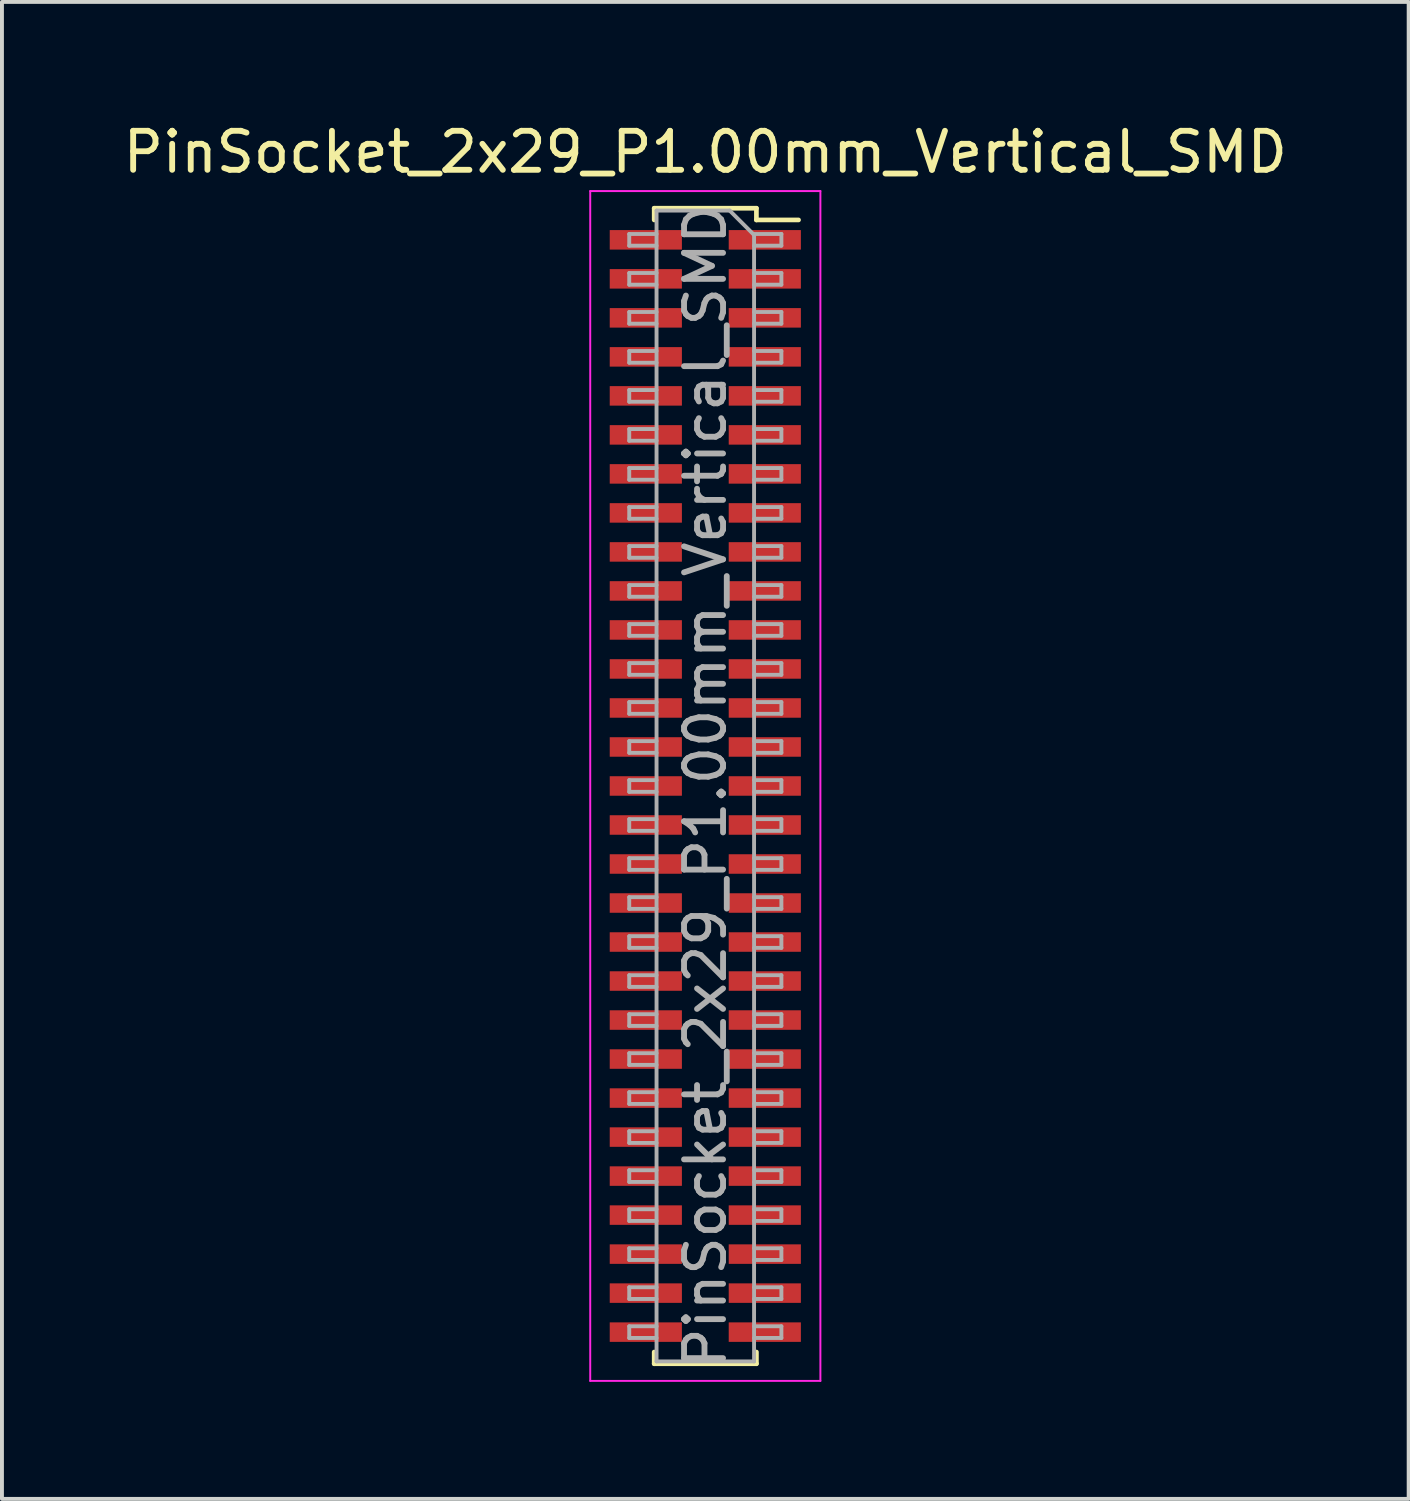
<source format=kicad_pcb>
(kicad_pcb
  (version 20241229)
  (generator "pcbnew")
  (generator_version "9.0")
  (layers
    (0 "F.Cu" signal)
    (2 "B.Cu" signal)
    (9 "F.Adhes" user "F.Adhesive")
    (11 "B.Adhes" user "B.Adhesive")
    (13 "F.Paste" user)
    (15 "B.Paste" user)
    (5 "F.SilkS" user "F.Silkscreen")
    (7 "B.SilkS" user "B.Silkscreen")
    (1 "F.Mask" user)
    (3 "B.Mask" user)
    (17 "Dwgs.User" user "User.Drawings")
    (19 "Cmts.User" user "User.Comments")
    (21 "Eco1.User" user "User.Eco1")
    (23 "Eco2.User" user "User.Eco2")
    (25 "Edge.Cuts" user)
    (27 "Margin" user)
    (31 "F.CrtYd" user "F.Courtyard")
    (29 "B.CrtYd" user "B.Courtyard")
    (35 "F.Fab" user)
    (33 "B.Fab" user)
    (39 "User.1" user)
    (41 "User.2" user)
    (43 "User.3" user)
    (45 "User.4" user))
  (footprint "PinSocket_2x29_P1.00mm_Vertical_SMD"
    (layer "F.Cu")
    (at 15.03 17.098)
    (property "Reference" "PinSocket_2x29_P1.00mm_Vertical_SMD" (at 0 -16.25 0) (layer "F.SilkS") (effects (font (size 1 1) (thickness 0.15))))
    (attr smd)
    (fp_line (start -1.31 -14.81) (end -1.31 -14.51) (stroke (width 0.12) (type solid)) (layer "F.SilkS"))
    (fp_line (start -1.31 -14.81) (end 1.31 -14.81) (stroke (width 0.12) (type solid)) (layer "F.SilkS"))
    (fp_line (start -1.31 14.51) (end -1.31 14.81) (stroke (width 0.12) (type solid)) (layer "F.SilkS"))
    (fp_line (start -1.31 14.81) (end 1.31 14.81) (stroke (width 0.12) (type solid)) (layer "F.SilkS"))
    (fp_line (start 1.31 -14.81) (end 1.31 -14.51) (stroke (width 0.12) (type solid)) (layer "F.SilkS"))
    (fp_line (start 1.31 -14.51) (end 2.39 -14.51) (stroke (width 0.12) (type solid)) (layer "F.SilkS"))
    (fp_line (start 1.31 14.51) (end 1.31 14.81) (stroke (width 0.12) (type solid)) (layer "F.SilkS"))
    (fp_line (start -2.95 -15.25) (end 2.95 -15.25) (stroke (width 0.05) (type solid)) (layer "F.CrtYd"))
    (fp_line (start -2.95 15.25) (end -2.95 -15.25) (stroke (width 0.05) (type solid)) (layer "F.CrtYd"))
    (fp_line (start 2.95 -15.25) (end 2.95 15.25) (stroke (width 0.05) (type solid)) (layer "F.CrtYd"))
    (fp_line (start 2.95 15.25) (end -2.95 15.25) (stroke (width 0.05) (type solid)) (layer "F.CrtYd"))
    (fp_line (start -1.95 -14.15) (end -1.25 -14.15) (stroke (width 0.1) (type solid)) (layer "F.Fab"))
    (fp_line (start -1.95 -13.85) (end -1.95 -14.15) (stroke (width 0.1) (type solid)) (layer "F.Fab"))
    (fp_line (start -1.95 -13.15) (end -1.25 -13.15) (stroke (width 0.1) (type solid)) (layer "F.Fab"))
    (fp_line (start -1.95 -12.85) (end -1.95 -13.15) (stroke (width 0.1) (type solid)) (layer "F.Fab"))
    (fp_line (start -1.95 -12.15) (end -1.25 -12.15) (stroke (width 0.1) (type solid)) (layer "F.Fab"))
    (fp_line (start -1.95 -11.85) (end -1.95 -12.15) (stroke (width 0.1) (type solid)) (layer "F.Fab"))
    (fp_line (start -1.95 -11.15) (end -1.25 -11.15) (stroke (width 0.1) (type solid)) (layer "F.Fab"))
    (fp_line (start -1.95 -10.85) (end -1.95 -11.15) (stroke (width 0.1) (type solid)) (layer "F.Fab"))
    (fp_line (start -1.95 -10.15) (end -1.25 -10.15) (stroke (width 0.1) (type solid)) (layer "F.Fab"))
    (fp_line (start -1.95 -9.85) (end -1.95 -10.15) (stroke (width 0.1) (type solid)) (layer "F.Fab"))
    (fp_line (start -1.95 -9.15) (end -1.25 -9.15) (stroke (width 0.1) (type solid)) (layer "F.Fab"))
    (fp_line (start -1.95 -8.85) (end -1.95 -9.15) (stroke (width 0.1) (type solid)) (layer "F.Fab"))
    (fp_line (start -1.95 -8.15) (end -1.25 -8.15) (stroke (width 0.1) (type solid)) (layer "F.Fab"))
    (fp_line (start -1.95 -7.85) (end -1.95 -8.15) (stroke (width 0.1) (type solid)) (layer "F.Fab"))
    (fp_line (start -1.95 -7.15) (end -1.25 -7.15) (stroke (width 0.1) (type solid)) (layer "F.Fab"))
    (fp_line (start -1.95 -6.85) (end -1.95 -7.15) (stroke (width 0.1) (type solid)) (layer "F.Fab"))
    (fp_line (start -1.95 -6.15) (end -1.25 -6.15) (stroke (width 0.1) (type solid)) (layer "F.Fab"))
    (fp_line (start -1.95 -5.85) (end -1.95 -6.15) (stroke (width 0.1) (type solid)) (layer "F.Fab"))
    (fp_line (start -1.95 -5.15) (end -1.25 -5.15) (stroke (width 0.1) (type solid)) (layer "F.Fab"))
    (fp_line (start -1.95 -4.85) (end -1.95 -5.15) (stroke (width 0.1) (type solid)) (layer "F.Fab"))
    (fp_line (start -1.95 -4.15) (end -1.25 -4.15) (stroke (width 0.1) (type solid)) (layer "F.Fab"))
    (fp_line (start -1.95 -3.85) (end -1.95 -4.15) (stroke (width 0.1) (type solid)) (layer "F.Fab"))
    (fp_line (start -1.95 -3.15) (end -1.25 -3.15) (stroke (width 0.1) (type solid)) (layer "F.Fab"))
    (fp_line (start -1.95 -2.85) (end -1.95 -3.15) (stroke (width 0.1) (type solid)) (layer "F.Fab"))
    (fp_line (start -1.95 -2.15) (end -1.25 -2.15) (stroke (width 0.1) (type solid)) (layer "F.Fab"))
    (fp_line (start -1.95 -1.85) (end -1.95 -2.15) (stroke (width 0.1) (type solid)) (layer "F.Fab"))
    (fp_line (start -1.95 -1.15) (end -1.25 -1.15) (stroke (width 0.1) (type solid)) (layer "F.Fab"))
    (fp_line (start -1.95 -0.85) (end -1.95 -1.15) (stroke (width 0.1) (type solid)) (layer "F.Fab"))
    (fp_line (start -1.95 -0.15) (end -1.25 -0.15) (stroke (width 0.1) (type solid)) (layer "F.Fab"))
    (fp_line (start -1.95 0.15) (end -1.95 -0.15) (stroke (width 0.1) (type solid)) (layer "F.Fab"))
    (fp_line (start -1.95 0.85) (end -1.25 0.85) (stroke (width 0.1) (type solid)) (layer "F.Fab"))
    (fp_line (start -1.95 1.15) (end -1.95 0.85) (stroke (width 0.1) (type solid)) (layer "F.Fab"))
    (fp_line (start -1.95 1.85) (end -1.25 1.85) (stroke (width 0.1) (type solid)) (layer "F.Fab"))
    (fp_line (start -1.95 2.15) (end -1.95 1.85) (stroke (width 0.1) (type solid)) (layer "F.Fab"))
    (fp_line (start -1.95 2.85) (end -1.25 2.85) (stroke (width 0.1) (type solid)) (layer "F.Fab"))
    (fp_line (start -1.95 3.15) (end -1.95 2.85) (stroke (width 0.1) (type solid)) (layer "F.Fab"))
    (fp_line (start -1.95 3.85) (end -1.25 3.85) (stroke (width 0.1) (type solid)) (layer "F.Fab"))
    (fp_line (start -1.95 4.15) (end -1.95 3.85) (stroke (width 0.1) (type solid)) (layer "F.Fab"))
    (fp_line (start -1.95 4.85) (end -1.25 4.85) (stroke (width 0.1) (type solid)) (layer "F.Fab"))
    (fp_line (start -1.95 5.15) (end -1.95 4.85) (stroke (width 0.1) (type solid)) (layer "F.Fab"))
    (fp_line (start -1.95 5.85) (end -1.25 5.85) (stroke (width 0.1) (type solid)) (layer "F.Fab"))
    (fp_line (start -1.95 6.15) (end -1.95 5.85) (stroke (width 0.1) (type solid)) (layer "F.Fab"))
    (fp_line (start -1.95 6.85) (end -1.25 6.85) (stroke (width 0.1) (type solid)) (layer "F.Fab"))
    (fp_line (start -1.95 7.15) (end -1.95 6.85) (stroke (width 0.1) (type solid)) (layer "F.Fab"))
    (fp_line (start -1.95 7.85) (end -1.25 7.85) (stroke (width 0.1) (type solid)) (layer "F.Fab"))
    (fp_line (start -1.95 8.15) (end -1.95 7.85) (stroke (width 0.1) (type solid)) (layer "F.Fab"))
    (fp_line (start -1.95 8.85) (end -1.25 8.85) (stroke (width 0.1) (type solid)) (layer "F.Fab"))
    (fp_line (start -1.95 9.15) (end -1.95 8.85) (stroke (width 0.1) (type solid)) (layer "F.Fab"))
    (fp_line (start -1.95 9.85) (end -1.25 9.85) (stroke (width 0.1) (type solid)) (layer "F.Fab"))
    (fp_line (start -1.95 10.15) (end -1.95 9.85) (stroke (width 0.1) (type solid)) (layer "F.Fab"))
    (fp_line (start -1.95 10.85) (end -1.25 10.85) (stroke (width 0.1) (type solid)) (layer "F.Fab"))
    (fp_line (start -1.95 11.15) (end -1.95 10.85) (stroke (width 0.1) (type solid)) (layer "F.Fab"))
    (fp_line (start -1.95 11.85) (end -1.25 11.85) (stroke (width 0.1) (type solid)) (layer "F.Fab"))
    (fp_line (start -1.95 12.15) (end -1.95 11.85) (stroke (width 0.1) (type solid)) (layer "F.Fab"))
    (fp_line (start -1.95 12.85) (end -1.25 12.85) (stroke (width 0.1) (type solid)) (layer "F.Fab"))
    (fp_line (start -1.95 13.15) (end -1.95 12.85) (stroke (width 0.1) (type solid)) (layer "F.Fab"))
    (fp_line (start -1.95 13.85) (end -1.25 13.85) (stroke (width 0.1) (type solid)) (layer "F.Fab"))
    (fp_line (start -1.95 14.15) (end -1.95 13.85) (stroke (width 0.1) (type solid)) (layer "F.Fab"))
    (fp_line (start -1.25 -14.75) (end 0.625 -14.75) (stroke (width 0.1) (type solid)) (layer "F.Fab"))
    (fp_line (start -1.25 -13.85) (end -1.95 -13.85) (stroke (width 0.1) (type solid)) (layer "F.Fab"))
    (fp_line (start -1.25 -12.85) (end -1.95 -12.85) (stroke (width 0.1) (type solid)) (layer "F.Fab"))
    (fp_line (start -1.25 -11.85) (end -1.95 -11.85) (stroke (width 0.1) (type solid)) (layer "F.Fab"))
    (fp_line (start -1.25 -10.85) (end -1.95 -10.85) (stroke (width 0.1) (type solid)) (layer "F.Fab"))
    (fp_line (start -1.25 -9.85) (end -1.95 -9.85) (stroke (width 0.1) (type solid)) (layer "F.Fab"))
    (fp_line (start -1.25 -8.85) (end -1.95 -8.85) (stroke (width 0.1) (type solid)) (layer "F.Fab"))
    (fp_line (start -1.25 -7.85) (end -1.95 -7.85) (stroke (width 0.1) (type solid)) (layer "F.Fab"))
    (fp_line (start -1.25 -6.85) (end -1.95 -6.85) (stroke (width 0.1) (type solid)) (layer "F.Fab"))
    (fp_line (start -1.25 -5.85) (end -1.95 -5.85) (stroke (width 0.1) (type solid)) (layer "F.Fab"))
    (fp_line (start -1.25 -4.85) (end -1.95 -4.85) (stroke (width 0.1) (type solid)) (layer "F.Fab"))
    (fp_line (start -1.25 -3.85) (end -1.95 -3.85) (stroke (width 0.1) (type solid)) (layer "F.Fab"))
    (fp_line (start -1.25 -2.85) (end -1.95 -2.85) (stroke (width 0.1) (type solid)) (layer "F.Fab"))
    (fp_line (start -1.25 -1.85) (end -1.95 -1.85) (stroke (width 0.1) (type solid)) (layer "F.Fab"))
    (fp_line (start -1.25 -0.85) (end -1.95 -0.85) (stroke (width 0.1) (type solid)) (layer "F.Fab"))
    (fp_line (start -1.25 0.15) (end -1.95 0.15) (stroke (width 0.1) (type solid)) (layer "F.Fab"))
    (fp_line (start -1.25 1.15) (end -1.95 1.15) (stroke (width 0.1) (type solid)) (layer "F.Fab"))
    (fp_line (start -1.25 2.15) (end -1.95 2.15) (stroke (width 0.1) (type solid)) (layer "F.Fab"))
    (fp_line (start -1.25 3.15) (end -1.95 3.15) (stroke (width 0.1) (type solid)) (layer "F.Fab"))
    (fp_line (start -1.25 4.15) (end -1.95 4.15) (stroke (width 0.1) (type solid)) (layer "F.Fab"))
    (fp_line (start -1.25 5.15) (end -1.95 5.15) (stroke (width 0.1) (type solid)) (layer "F.Fab"))
    (fp_line (start -1.25 6.15) (end -1.95 6.15) (stroke (width 0.1) (type solid)) (layer "F.Fab"))
    (fp_line (start -1.25 7.15) (end -1.95 7.15) (stroke (width 0.1) (type solid)) (layer "F.Fab"))
    (fp_line (start -1.25 8.15) (end -1.95 8.15) (stroke (width 0.1) (type solid)) (layer "F.Fab"))
    (fp_line (start -1.25 9.15) (end -1.95 9.15) (stroke (width 0.1) (type solid)) (layer "F.Fab"))
    (fp_line (start -1.25 10.15) (end -1.95 10.15) (stroke (width 0.1) (type solid)) (layer "F.Fab"))
    (fp_line (start -1.25 11.15) (end -1.95 11.15) (stroke (width 0.1) (type solid)) (layer "F.Fab"))
    (fp_line (start -1.25 12.15) (end -1.95 12.15) (stroke (width 0.1) (type solid)) (layer "F.Fab"))
    (fp_line (start -1.25 13.15) (end -1.95 13.15) (stroke (width 0.1) (type solid)) (layer "F.Fab"))
    (fp_line (start -1.25 14.15) (end -1.95 14.15) (stroke (width 0.1) (type solid)) (layer "F.Fab"))
    (fp_line (start -1.25 14.75) (end -1.25 -14.75) (stroke (width 0.1) (type solid)) (layer "F.Fab"))
    (fp_line (start 0.625 -14.75) (end 1.25 -14.125) (stroke (width 0.1) (type solid)) (layer "F.Fab"))
    (fp_line (start 1.25 -14.15) (end 1.95 -14.15) (stroke (width 0.1) (type solid)) (layer "F.Fab"))
    (fp_line (start 1.25 -14.125) (end 1.25 14.75) (stroke (width 0.1) (type solid)) (layer "F.Fab"))
    (fp_line (start 1.25 -13.15) (end 1.95 -13.15) (stroke (width 0.1) (type solid)) (layer "F.Fab"))
    (fp_line (start 1.25 -12.15) (end 1.95 -12.15) (stroke (width 0.1) (type solid)) (layer "F.Fab"))
    (fp_line (start 1.25 -11.15) (end 1.95 -11.15) (stroke (width 0.1) (type solid)) (layer "F.Fab"))
    (fp_line (start 1.25 -10.15) (end 1.95 -10.15) (stroke (width 0.1) (type solid)) (layer "F.Fab"))
    (fp_line (start 1.25 -9.15) (end 1.95 -9.15) (stroke (width 0.1) (type solid)) (layer "F.Fab"))
    (fp_line (start 1.25 -8.15) (end 1.95 -8.15) (stroke (width 0.1) (type solid)) (layer "F.Fab"))
    (fp_line (start 1.25 -7.15) (end 1.95 -7.15) (stroke (width 0.1) (type solid)) (layer "F.Fab"))
    (fp_line (start 1.25 -6.15) (end 1.95 -6.15) (stroke (width 0.1) (type solid)) (layer "F.Fab"))
    (fp_line (start 1.25 -5.15) (end 1.95 -5.15) (stroke (width 0.1) (type solid)) (layer "F.Fab"))
    (fp_line (start 1.25 -4.15) (end 1.95 -4.15) (stroke (width 0.1) (type solid)) (layer "F.Fab"))
    (fp_line (start 1.25 -3.15) (end 1.95 -3.15) (stroke (width 0.1) (type solid)) (layer "F.Fab"))
    (fp_line (start 1.25 -2.15) (end 1.95 -2.15) (stroke (width 0.1) (type solid)) (layer "F.Fab"))
    (fp_line (start 1.25 -1.15) (end 1.95 -1.15) (stroke (width 0.1) (type solid)) (layer "F.Fab"))
    (fp_line (start 1.25 -0.15) (end 1.95 -0.15) (stroke (width 0.1) (type solid)) (layer "F.Fab"))
    (fp_line (start 1.25 0.85) (end 1.95 0.85) (stroke (width 0.1) (type solid)) (layer "F.Fab"))
    (fp_line (start 1.25 1.85) (end 1.95 1.85) (stroke (width 0.1) (type solid)) (layer "F.Fab"))
    (fp_line (start 1.25 2.85) (end 1.95 2.85) (stroke (width 0.1) (type solid)) (layer "F.Fab"))
    (fp_line (start 1.25 3.85) (end 1.95 3.85) (stroke (width 0.1) (type solid)) (layer "F.Fab"))
    (fp_line (start 1.25 4.85) (end 1.95 4.85) (stroke (width 0.1) (type solid)) (layer "F.Fab"))
    (fp_line (start 1.25 5.85) (end 1.95 5.85) (stroke (width 0.1) (type solid)) (layer "F.Fab"))
    (fp_line (start 1.25 6.85) (end 1.95 6.85) (stroke (width 0.1) (type solid)) (layer "F.Fab"))
    (fp_line (start 1.25 7.85) (end 1.95 7.85) (stroke (width 0.1) (type solid)) (layer "F.Fab"))
    (fp_line (start 1.25 8.85) (end 1.95 8.85) (stroke (width 0.1) (type solid)) (layer "F.Fab"))
    (fp_line (start 1.25 9.85) (end 1.95 9.85) (stroke (width 0.1) (type solid)) (layer "F.Fab"))
    (fp_line (start 1.25 10.85) (end 1.95 10.85) (stroke (width 0.1) (type solid)) (layer "F.Fab"))
    (fp_line (start 1.25 11.85) (end 1.95 11.85) (stroke (width 0.1) (type solid)) (layer "F.Fab"))
    (fp_line (start 1.25 12.85) (end 1.95 12.85) (stroke (width 0.1) (type solid)) (layer "F.Fab"))
    (fp_line (start 1.25 13.85) (end 1.95 13.85) (stroke (width 0.1) (type solid)) (layer "F.Fab"))
    (fp_line (start 1.25 14.75) (end -1.25 14.75) (stroke (width 0.1) (type solid)) (layer "F.Fab"))
    (fp_line (start 1.95 -14.15) (end 1.95 -13.85) (stroke (width 0.1) (type solid)) (layer "F.Fab"))
    (fp_line (start 1.95 -13.85) (end 1.25 -13.85) (stroke (width 0.1) (type solid)) (layer "F.Fab"))
    (fp_line (start 1.95 -13.15) (end 1.95 -12.85) (stroke (width 0.1) (type solid)) (layer "F.Fab"))
    (fp_line (start 1.95 -12.85) (end 1.25 -12.85) (stroke (width 0.1) (type solid)) (layer "F.Fab"))
    (fp_line (start 1.95 -12.15) (end 1.95 -11.85) (stroke (width 0.1) (type solid)) (layer "F.Fab"))
    (fp_line (start 1.95 -11.85) (end 1.25 -11.85) (stroke (width 0.1) (type solid)) (layer "F.Fab"))
    (fp_line (start 1.95 -11.15) (end 1.95 -10.85) (stroke (width 0.1) (type solid)) (layer "F.Fab"))
    (fp_line (start 1.95 -10.85) (end 1.25 -10.85) (stroke (width 0.1) (type solid)) (layer "F.Fab"))
    (fp_line (start 1.95 -10.15) (end 1.95 -9.85) (stroke (width 0.1) (type solid)) (layer "F.Fab"))
    (fp_line (start 1.95 -9.85) (end 1.25 -9.85) (stroke (width 0.1) (type solid)) (layer "F.Fab"))
    (fp_line (start 1.95 -9.15) (end 1.95 -8.85) (stroke (width 0.1) (type solid)) (layer "F.Fab"))
    (fp_line (start 1.95 -8.85) (end 1.25 -8.85) (stroke (width 0.1) (type solid)) (layer "F.Fab"))
    (fp_line (start 1.95 -8.15) (end 1.95 -7.85) (stroke (width 0.1) (type solid)) (layer "F.Fab"))
    (fp_line (start 1.95 -7.85) (end 1.25 -7.85) (stroke (width 0.1) (type solid)) (layer "F.Fab"))
    (fp_line (start 1.95 -7.15) (end 1.95 -6.85) (stroke (width 0.1) (type solid)) (layer "F.Fab"))
    (fp_line (start 1.95 -6.85) (end 1.25 -6.85) (stroke (width 0.1) (type solid)) (layer "F.Fab"))
    (fp_line (start 1.95 -6.15) (end 1.95 -5.85) (stroke (width 0.1) (type solid)) (layer "F.Fab"))
    (fp_line (start 1.95 -5.85) (end 1.25 -5.85) (stroke (width 0.1) (type solid)) (layer "F.Fab"))
    (fp_line (start 1.95 -5.15) (end 1.95 -4.85) (stroke (width 0.1) (type solid)) (layer "F.Fab"))
    (fp_line (start 1.95 -4.85) (end 1.25 -4.85) (stroke (width 0.1) (type solid)) (layer "F.Fab"))
    (fp_line (start 1.95 -4.15) (end 1.95 -3.85) (stroke (width 0.1) (type solid)) (layer "F.Fab"))
    (fp_line (start 1.95 -3.85) (end 1.25 -3.85) (stroke (width 0.1) (type solid)) (layer "F.Fab"))
    (fp_line (start 1.95 -3.15) (end 1.95 -2.85) (stroke (width 0.1) (type solid)) (layer "F.Fab"))
    (fp_line (start 1.95 -2.85) (end 1.25 -2.85) (stroke (width 0.1) (type solid)) (layer "F.Fab"))
    (fp_line (start 1.95 -2.15) (end 1.95 -1.85) (stroke (width 0.1) (type solid)) (layer "F.Fab"))
    (fp_line (start 1.95 -1.85) (end 1.25 -1.85) (stroke (width 0.1) (type solid)) (layer "F.Fab"))
    (fp_line (start 1.95 -1.15) (end 1.95 -0.85) (stroke (width 0.1) (type solid)) (layer "F.Fab"))
    (fp_line (start 1.95 -0.85) (end 1.25 -0.85) (stroke (width 0.1) (type solid)) (layer "F.Fab"))
    (fp_line (start 1.95 -0.15) (end 1.95 0.15) (stroke (width 0.1) (type solid)) (layer "F.Fab"))
    (fp_line (start 1.95 0.15) (end 1.25 0.15) (stroke (width 0.1) (type solid)) (layer "F.Fab"))
    (fp_line (start 1.95 0.85) (end 1.95 1.15) (stroke (width 0.1) (type solid)) (layer "F.Fab"))
    (fp_line (start 1.95 1.15) (end 1.25 1.15) (stroke (width 0.1) (type solid)) (layer "F.Fab"))
    (fp_line (start 1.95 1.85) (end 1.95 2.15) (stroke (width 0.1) (type solid)) (layer "F.Fab"))
    (fp_line (start 1.95 2.15) (end 1.25 2.15) (stroke (width 0.1) (type solid)) (layer "F.Fab"))
    (fp_line (start 1.95 2.85) (end 1.95 3.15) (stroke (width 0.1) (type solid)) (layer "F.Fab"))
    (fp_line (start 1.95 3.15) (end 1.25 3.15) (stroke (width 0.1) (type solid)) (layer "F.Fab"))
    (fp_line (start 1.95 3.85) (end 1.95 4.15) (stroke (width 0.1) (type solid)) (layer "F.Fab"))
    (fp_line (start 1.95 4.15) (end 1.25 4.15) (stroke (width 0.1) (type solid)) (layer "F.Fab"))
    (fp_line (start 1.95 4.85) (end 1.95 5.15) (stroke (width 0.1) (type solid)) (layer "F.Fab"))
    (fp_line (start 1.95 5.15) (end 1.25 5.15) (stroke (width 0.1) (type solid)) (layer "F.Fab"))
    (fp_line (start 1.95 5.85) (end 1.95 6.15) (stroke (width 0.1) (type solid)) (layer "F.Fab"))
    (fp_line (start 1.95 6.15) (end 1.25 6.15) (stroke (width 0.1) (type solid)) (layer "F.Fab"))
    (fp_line (start 1.95 6.85) (end 1.95 7.15) (stroke (width 0.1) (type solid)) (layer "F.Fab"))
    (fp_line (start 1.95 7.15) (end 1.25 7.15) (stroke (width 0.1) (type solid)) (layer "F.Fab"))
    (fp_line (start 1.95 7.85) (end 1.95 8.15) (stroke (width 0.1) (type solid)) (layer "F.Fab"))
    (fp_line (start 1.95 8.15) (end 1.25 8.15) (stroke (width 0.1) (type solid)) (layer "F.Fab"))
    (fp_line (start 1.95 8.85) (end 1.95 9.15) (stroke (width 0.1) (type solid)) (layer "F.Fab"))
    (fp_line (start 1.95 9.15) (end 1.25 9.15) (stroke (width 0.1) (type solid)) (layer "F.Fab"))
    (fp_line (start 1.95 9.85) (end 1.95 10.15) (stroke (width 0.1) (type solid)) (layer "F.Fab"))
    (fp_line (start 1.95 10.15) (end 1.25 10.15) (stroke (width 0.1) (type solid)) (layer "F.Fab"))
    (fp_line (start 1.95 10.85) (end 1.95 11.15) (stroke (width 0.1) (type solid)) (layer "F.Fab"))
    (fp_line (start 1.95 11.15) (end 1.25 11.15) (stroke (width 0.1) (type solid)) (layer "F.Fab"))
    (fp_line (start 1.95 11.85) (end 1.95 12.15) (stroke (width 0.1) (type solid)) (layer "F.Fab"))
    (fp_line (start 1.95 12.15) (end 1.25 12.15) (stroke (width 0.1) (type solid)) (layer "F.Fab"))
    (fp_line (start 1.95 12.85) (end 1.95 13.15) (stroke (width 0.1) (type solid)) (layer "F.Fab"))
    (fp_line (start 1.95 13.15) (end 1.25 13.15) (stroke (width 0.1) (type solid)) (layer "F.Fab"))
    (fp_line (start 1.95 13.85) (end 1.95 14.15) (stroke (width 0.1) (type solid)) (layer "F.Fab"))
    (fp_line (start 1.95 14.15) (end 1.25 14.15) (stroke (width 0.1) (type solid)) (layer "F.Fab"))
    (fp_text user "${REFERENCE}" (at 0 0 90) (layer "F.Fab") (effects (font (size 1 1) (thickness 0.15))))
    (pad "1" smd rect (at 1.525 -14) (size 1.85 0.5) (layers "F.Cu" "F.Mask" "F.Paste"))
    (pad "2" smd rect (at -1.525 -14) (size 1.85 0.5) (layers "F.Cu" "F.Mask" "F.Paste"))
    (pad "3" smd rect (at 1.525 -13) (size 1.85 0.5) (layers "F.Cu" "F.Mask" "F.Paste"))
    (pad "4" smd rect (at -1.525 -13) (size 1.85 0.5) (layers "F.Cu" "F.Mask" "F.Paste"))
    (pad "5" smd rect (at 1.525 -12) (size 1.85 0.5) (layers "F.Cu" "F.Mask" "F.Paste"))
    (pad "6" smd rect (at -1.525 -12) (size 1.85 0.5) (layers "F.Cu" "F.Mask" "F.Paste"))
    (pad "7" smd rect (at 1.525 -11) (size 1.85 0.5) (layers "F.Cu" "F.Mask" "F.Paste"))
    (pad "8" smd rect (at -1.525 -11) (size 1.85 0.5) (layers "F.Cu" "F.Mask" "F.Paste"))
    (pad "9" smd rect (at 1.525 -10) (size 1.85 0.5) (layers "F.Cu" "F.Mask" "F.Paste"))
    (pad "10" smd rect (at -1.525 -10) (size 1.85 0.5) (layers "F.Cu" "F.Mask" "F.Paste"))
    (pad "11" smd rect (at 1.525 -9) (size 1.85 0.5) (layers "F.Cu" "F.Mask" "F.Paste"))
    (pad "12" smd rect (at -1.525 -9) (size 1.85 0.5) (layers "F.Cu" "F.Mask" "F.Paste"))
    (pad "13" smd rect (at 1.525 -8) (size 1.85 0.5) (layers "F.Cu" "F.Mask" "F.Paste"))
    (pad "14" smd rect (at -1.525 -8) (size 1.85 0.5) (layers "F.Cu" "F.Mask" "F.Paste"))
    (pad "15" smd rect (at 1.525 -7) (size 1.85 0.5) (layers "F.Cu" "F.Mask" "F.Paste"))
    (pad "16" smd rect (at -1.525 -7) (size 1.85 0.5) (layers "F.Cu" "F.Mask" "F.Paste"))
    (pad "17" smd rect (at 1.525 -6) (size 1.85 0.5) (layers "F.Cu" "F.Mask" "F.Paste"))
    (pad "18" smd rect (at -1.525 -6) (size 1.85 0.5) (layers "F.Cu" "F.Mask" "F.Paste"))
    (pad "19" smd rect (at 1.525 -5) (size 1.85 0.5) (layers "F.Cu" "F.Mask" "F.Paste"))
    (pad "20" smd rect (at -1.525 -5) (size 1.85 0.5) (layers "F.Cu" "F.Mask" "F.Paste"))
    (pad "21" smd rect (at 1.525 -4) (size 1.85 0.5) (layers "F.Cu" "F.Mask" "F.Paste"))
    (pad "22" smd rect (at -1.525 -4) (size 1.85 0.5) (layers "F.Cu" "F.Mask" "F.Paste"))
    (pad "23" smd rect (at 1.525 -3) (size 1.85 0.5) (layers "F.Cu" "F.Mask" "F.Paste"))
    (pad "24" smd rect (at -1.525 -3) (size 1.85 0.5) (layers "F.Cu" "F.Mask" "F.Paste"))
    (pad "25" smd rect (at 1.525 -2) (size 1.85 0.5) (layers "F.Cu" "F.Mask" "F.Paste"))
    (pad "26" smd rect (at -1.525 -2) (size 1.85 0.5) (layers "F.Cu" "F.Mask" "F.Paste"))
    (pad "27" smd rect (at 1.525 -1) (size 1.85 0.5) (layers "F.Cu" "F.Mask" "F.Paste"))
    (pad "28" smd rect (at -1.525 -1) (size 1.85 0.5) (layers "F.Cu" "F.Mask" "F.Paste"))
    (pad "29" smd rect (at 1.525 0) (size 1.85 0.5) (layers "F.Cu" "F.Mask" "F.Paste"))
    (pad "30" smd rect (at -1.525 0) (size 1.85 0.5) (layers "F.Cu" "F.Mask" "F.Paste"))
    (pad "31" smd rect (at 1.525 1) (size 1.85 0.5) (layers "F.Cu" "F.Mask" "F.Paste"))
    (pad "32" smd rect (at -1.525 1) (size 1.85 0.5) (layers "F.Cu" "F.Mask" "F.Paste"))
    (pad "33" smd rect (at 1.525 2) (size 1.85 0.5) (layers "F.Cu" "F.Mask" "F.Paste"))
    (pad "34" smd rect (at -1.525 2) (size 1.85 0.5) (layers "F.Cu" "F.Mask" "F.Paste"))
    (pad "35" smd rect (at 1.525 3) (size 1.85 0.5) (layers "F.Cu" "F.Mask" "F.Paste"))
    (pad "36" smd rect (at -1.525 3) (size 1.85 0.5) (layers "F.Cu" "F.Mask" "F.Paste"))
    (pad "37" smd rect (at 1.525 4) (size 1.85 0.5) (layers "F.Cu" "F.Mask" "F.Paste"))
    (pad "38" smd rect (at -1.525 4) (size 1.85 0.5) (layers "F.Cu" "F.Mask" "F.Paste"))
    (pad "39" smd rect (at 1.525 5) (size 1.85 0.5) (layers "F.Cu" "F.Mask" "F.Paste"))
    (pad "40" smd rect (at -1.525 5) (size 1.85 0.5) (layers "F.Cu" "F.Mask" "F.Paste"))
    (pad "41" smd rect (at 1.525 6) (size 1.85 0.5) (layers "F.Cu" "F.Mask" "F.Paste"))
    (pad "42" smd rect (at -1.525 6) (size 1.85 0.5) (layers "F.Cu" "F.Mask" "F.Paste"))
    (pad "43" smd rect (at 1.525 7) (size 1.85 0.5) (layers "F.Cu" "F.Mask" "F.Paste"))
    (pad "44" smd rect (at -1.525 7) (size 1.85 0.5) (layers "F.Cu" "F.Mask" "F.Paste"))
    (pad "45" smd rect (at 1.525 8) (size 1.85 0.5) (layers "F.Cu" "F.Mask" "F.Paste"))
    (pad "46" smd rect (at -1.525 8) (size 1.85 0.5) (layers "F.Cu" "F.Mask" "F.Paste"))
    (pad "47" smd rect (at 1.525 9) (size 1.85 0.5) (layers "F.Cu" "F.Mask" "F.Paste"))
    (pad "48" smd rect (at -1.525 9) (size 1.85 0.5) (layers "F.Cu" "F.Mask" "F.Paste"))
    (pad "49" smd rect (at 1.525 10) (size 1.85 0.5) (layers "F.Cu" "F.Mask" "F.Paste"))
    (pad "50" smd rect (at -1.525 10) (size 1.85 0.5) (layers "F.Cu" "F.Mask" "F.Paste"))
    (pad "51" smd rect (at 1.525 11) (size 1.85 0.5) (layers "F.Cu" "F.Mask" "F.Paste"))
    (pad "52" smd rect (at -1.525 11) (size 1.85 0.5) (layers "F.Cu" "F.Mask" "F.Paste"))
    (pad "53" smd rect (at 1.525 12) (size 1.85 0.5) (layers "F.Cu" "F.Mask" "F.Paste"))
    (pad "54" smd rect (at -1.525 12) (size 1.85 0.5) (layers "F.Cu" "F.Mask" "F.Paste"))
    (pad "55" smd rect (at 1.525 13) (size 1.85 0.5) (layers "F.Cu" "F.Mask" "F.Paste"))
    (pad "56" smd rect (at -1.525 13) (size 1.85 0.5) (layers "F.Cu" "F.Mask" "F.Paste"))
    (pad "57" smd rect (at 1.525 14) (size 1.85 0.5) (layers "F.Cu" "F.Mask" "F.Paste"))
    (pad "58" smd rect (at -1.525 14) (size 1.85 0.5) (layers "F.Cu" "F.Mask" "F.Paste")))
  (gr_rect
    (start -3 -3)
    (end 33.06 35.373)
    (stroke (width 0.1) (type default))
    (fill no)
    (layer "Edge.Cuts")))
</source>
